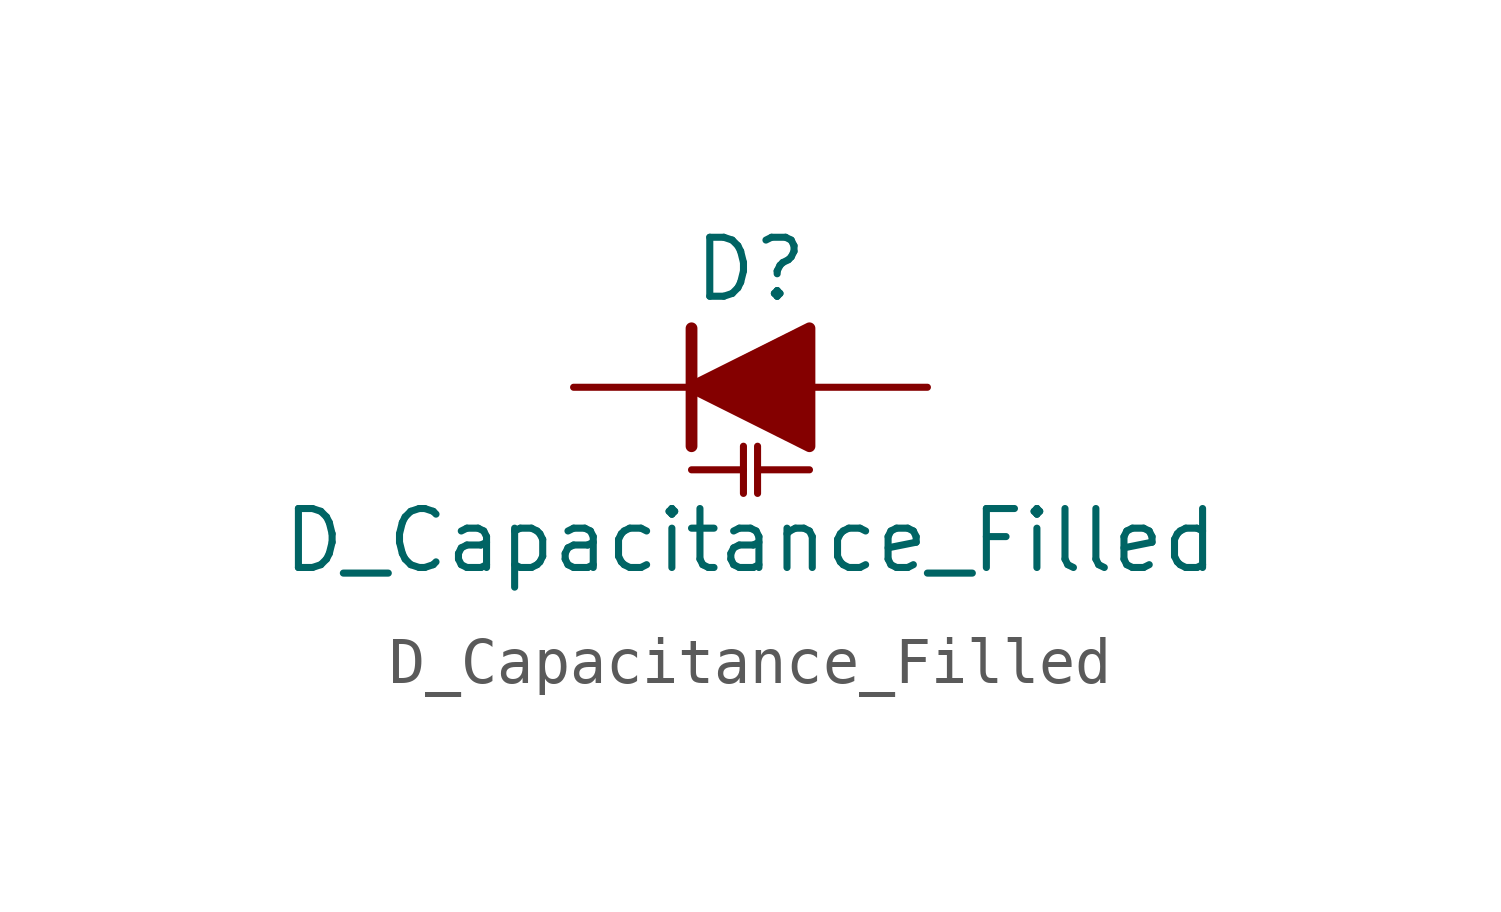
<source format=kicad_sym>
(kicad_symbol_lib
  (version 20201005)
  (generator kicad_symbol_editor)
  (symbol "D_Capacitance_Filled"
    (pin_numbers hide)
    (pin_names
      (offset 1.016) hide)
    (property "Reference" "D"
      (at 0 2.54 0)
      (effects (font (size 1.27 1.27))))
    (property "Value" "D_Capacitance_Filled"
      (at 0 -3.302 0)
      (effects (font (size 1.27 1.27))))
    (symbol "D_Capacitance_Filled_0_1"
      (polyline (pts (xy -1.27 -1.778) (xy -0.152 -1.778)) (stroke (width 0)) (fill (type none)))
      (polyline (pts (xy -1.27 0) (xy 1.27 0)) (stroke (width 0)) (fill (type none)))
      (polyline (pts (xy -1.27 1.27) (xy -1.27 -1.27)) (stroke (width 0.254)) (fill (type none)))
      (polyline (pts (xy -0.152 -1.27) (xy -0.152 -2.286)) (stroke (width 0)) (fill (type none)))
      (polyline (pts (xy 0.152 -1.778) (xy 1.27 -1.778)) (stroke (width 0)) (fill (type none)))
      (polyline (pts (xy 0.152 -1.27) (xy 0.152 -2.286)) (stroke (width 0)) (fill (type none)))
      (polyline (pts (xy 1.27 1.27) (xy 1.27 -1.27) (xy -1.27 0) (xy 1.27 1.27)) (stroke (width 0.254)) (fill (type outline))))
    (symbol "D_Capacitance_Filled_1_1"
      (pin passive line (at -3.81 0 0) (length 2.54) (name "K" (effects (font (size 1.27 1.27)))) (number "1" (effects (font (size 1.27 1.27)))))
      (pin passive line (at 3.81 0 180) (length 2.54) (name "A" (effects (font (size 1.27 1.27)))) (number "2" (effects (font (size 1.27 1.27))))))))
</source>
